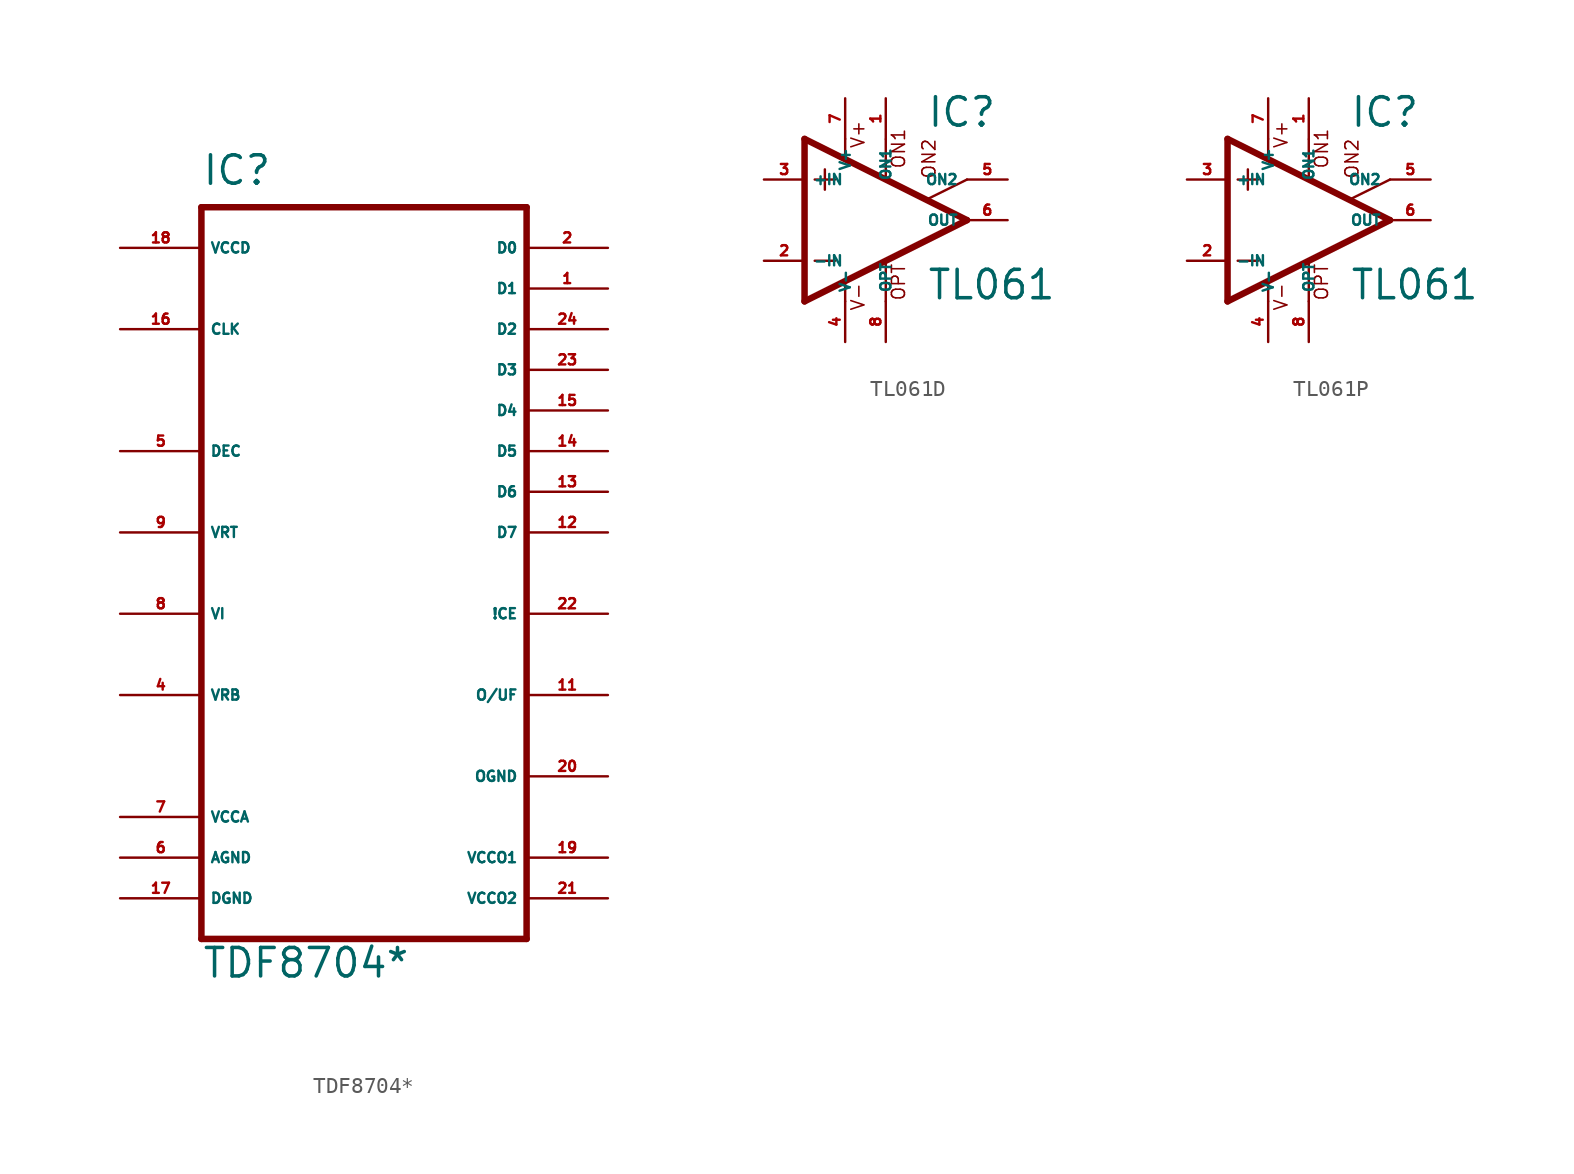
<source format=kicad_sym>
(kicad_symbol_lib
  (version 20220914)
  (generator Eagle2Kicad)
  (symbol "TDF8704*"
    (property "Reference" "IC"
      (at -10.16 21.59 0)
      (effects (font (size 1.778 1.778) (thickness 0.22)) (justify left bottom)))
    (property "Value" "TDF8704*"
      (at -10.16 -27.94 0)
      (effects (font (size 1.778 1.778) (thickness 0.22)) (justify left bottom)))
    (polyline
      (pts (xy -10.16 -25.4) (xy 10.16 -25.4))
      (stroke (width 0.406) (type default))
      (fill (type none)))
    (polyline
      (pts (xy 10.16 -25.4) (xy 10.16 20.32))
      (stroke (width 0.406) (type default))
      (fill (type none)))
    (polyline
      (pts (xy 10.16 20.32) (xy -10.16 20.32))
      (stroke (width 0.406) (type default))
      (fill (type none)))
    (polyline
      (pts (xy -10.16 20.32) (xy -10.16 -25.4))
      (stroke (width 0.406) (type default))
      (fill (type none)))
    (pin input line
      (at -15.24 -17.78 0)
      (length 5.08)
      (name "VCCA" (effects (font (size 0.635 0.635) (thickness 0.08)) (justify left bottom)))
      (number "7" (effects (font (size 0.635 0.635) (thickness 0.08)) (justify left bottom))))
    (pin output line
      (at 15.24 -10.16 180)
      (length 5.08)
      (name "O/UF" (effects (font (size 0.635 0.635) (thickness 0.08)) (justify left bottom)))
      (number "11" (effects (font (size 0.635 0.635) (thickness 0.08)) (justify left bottom))))
    (pin input line
      (at -15.24 -5.08 0)
      (length 5.08)
      (name "VI" (effects (font (size 0.635 0.635) (thickness 0.08)) (justify left bottom)))
      (number "8" (effects (font (size 0.635 0.635) (thickness 0.08)) (justify left bottom))))
    (pin input line
      (at -15.24 -10.16 0)
      (length 5.08)
      (name "VRB" (effects (font (size 0.635 0.635) (thickness 0.08)) (justify left bottom)))
      (number "4" (effects (font (size 0.635 0.635) (thickness 0.08)) (justify left bottom))))
    (pin input line
      (at -15.24 -20.32 0)
      (length 5.08)
      (name "AGND" (effects (font (size 0.635 0.635) (thickness 0.08)) (justify left bottom)))
      (number "6" (effects (font (size 0.635 0.635) (thickness 0.08)) (justify left bottom))))
    (pin input line
      (at -15.24 0 0)
      (length 5.08)
      (name "VRT" (effects (font (size 0.635 0.635) (thickness 0.08)) (justify left bottom)))
      (number "9" (effects (font (size 0.635 0.635) (thickness 0.08)) (justify left bottom))))
    (pin output line
      (at 15.24 0 180)
      (length 5.08)
      (name "D7" (effects (font (size 0.635 0.635) (thickness 0.08)) (justify left bottom)))
      (number "12" (effects (font (size 0.635 0.635) (thickness 0.08)) (justify left bottom))))
    (pin output line
      (at 15.24 2.54 180)
      (length 5.08)
      (name "D6" (effects (font (size 0.635 0.635) (thickness 0.08)) (justify left bottom)))
      (number "13" (effects (font (size 0.635 0.635) (thickness 0.08)) (justify left bottom))))
    (pin output line
      (at 15.24 5.08 180)
      (length 5.08)
      (name "D5" (effects (font (size 0.635 0.635) (thickness 0.08)) (justify left bottom)))
      (number "14" (effects (font (size 0.635 0.635) (thickness 0.08)) (justify left bottom))))
    (pin output line
      (at 15.24 7.62 180)
      (length 5.08)
      (name "D4" (effects (font (size 0.635 0.635) (thickness 0.08)) (justify left bottom)))
      (number "15" (effects (font (size 0.635 0.635) (thickness 0.08)) (justify left bottom))))
    (pin output line
      (at 15.24 10.16 180)
      (length 5.08)
      (name "D3" (effects (font (size 0.635 0.635) (thickness 0.08)) (justify left bottom)))
      (number "23" (effects (font (size 0.635 0.635) (thickness 0.08)) (justify left bottom))))
    (pin output line
      (at 15.24 12.7 180)
      (length 5.08)
      (name "D2" (effects (font (size 0.635 0.635) (thickness 0.08)) (justify left bottom)))
      (number "24" (effects (font (size 0.635 0.635) (thickness 0.08)) (justify left bottom))))
    (pin output line
      (at 15.24 15.24 180)
      (length 5.08)
      (name "D1" (effects (font (size 0.635 0.635) (thickness 0.08)) (justify left bottom)))
      (number "1" (effects (font (size 0.635 0.635) (thickness 0.08)) (justify left bottom))))
    (pin output line
      (at 15.24 17.78 180)
      (length 5.08)
      (name "D0" (effects (font (size 0.635 0.635) (thickness 0.08)) (justify left bottom)))
      (number "2" (effects (font (size 0.635 0.635) (thickness 0.08)) (justify left bottom))))
    (pin input line
      (at -15.24 5.08 0)
      (length 5.08)
      (name "DEC" (effects (font (size 0.635 0.635) (thickness 0.08)) (justify left bottom)))
      (number "5" (effects (font (size 0.635 0.635) (thickness 0.08)) (justify left bottom))))
    (pin input line
      (at 15.24 -5.08 180)
      (length 5.08)
      (name "!CE" (effects (font (size 0.635 0.635) (thickness 0.08)) (justify left bottom)))
      (number "22" (effects (font (size 0.635 0.635) (thickness 0.08)) (justify left bottom))))
    (pin input line
      (at 15.24 -20.32 180)
      (length 5.08)
      (name "VCCO1" (effects (font (size 0.635 0.635) (thickness 0.08)) (justify left bottom)))
      (number "19" (effects (font (size 0.635 0.635) (thickness 0.08)) (justify left bottom))))
    (pin input line
      (at 15.24 -22.86 180)
      (length 5.08)
      (name "VCCO2" (effects (font (size 0.635 0.635) (thickness 0.08)) (justify left bottom)))
      (number "21" (effects (font (size 0.635 0.635) (thickness 0.08)) (justify left bottom))))
    (pin input line
      (at 15.24 -15.24 180)
      (length 5.08)
      (name "OGND" (effects (font (size 0.635 0.635) (thickness 0.08)) (justify left bottom)))
      (number "20" (effects (font (size 0.635 0.635) (thickness 0.08)) (justify left bottom))))
    (pin input line
      (at -15.24 -22.86 0)
      (length 5.08)
      (name "DGND" (effects (font (size 0.635 0.635) (thickness 0.08)) (justify left bottom)))
      (number "17" (effects (font (size 0.635 0.635) (thickness 0.08)) (justify left bottom))))
    (pin input line
      (at -15.24 12.7 0)
      (length 5.08)
      (name "CLK" (effects (font (size 0.635 0.635) (thickness 0.08)) (justify left bottom)))
      (number "16" (effects (font (size 0.635 0.635) (thickness 0.08)) (justify left bottom))))
    (pin input line
      (at -15.24 17.78 0)
      (length 5.08)
      (name "VCCD" (effects (font (size 0.635 0.635) (thickness 0.08)) (justify left bottom)))
      (number "18" (effects (font (size 0.635 0.635) (thickness 0.08)) (justify left bottom)))))
  (symbol "TL061D"
    (property "Reference" "IC"
      (at 2.54 5.715 0)
      (effects (font (size 1.778 1.778) (thickness 0.22)) (justify left bottom)))
    (property "Value" "TL061"
      (at 2.54 -5.08 0)
      (effects (font (size 1.778 1.778) (thickness 0.22)) (justify left bottom)))
    (polyline
      (pts (xy -3.81 3.175) (xy -3.81 1.905))
      (stroke (width 0.152) (type default))
      (fill (type none)))
    (polyline
      (pts (xy -4.445 2.54) (xy -3.175 2.54))
      (stroke (width 0.152) (type default))
      (fill (type none)))
    (polyline
      (pts (xy -4.445 -2.54) (xy -3.175 -2.54))
      (stroke (width 0.152) (type default))
      (fill (type none)))
    (polyline
      (pts (xy -2.54 5.08) (xy -2.54 3.886))
      (stroke (width 0.152) (type default))
      (fill (type none)))
    (polyline
      (pts (xy 0 5.055) (xy 0 2.616))
      (stroke (width 0.152) (type default))
      (fill (type none)))
    (polyline
      (pts (xy 0 -2.616) (xy 0 -5.08))
      (stroke (width 0.152) (type default))
      (fill (type none)))
    (polyline
      (pts (xy -2.54 -3.912) (xy -2.54 -5.08))
      (stroke (width 0.152) (type default))
      (fill (type none)))
    (polyline
      (pts (xy 5.08 2.54) (xy 2.616 1.321))
      (stroke (width 0.152) (type default))
      (fill (type none)))
    (polyline
      (pts (xy 5.08 0) (xy -5.08 5.08))
      (stroke (width 0.406) (type default))
      (fill (type none)))
    (polyline
      (pts (xy -5.08 5.08) (xy -5.08 -5.08))
      (stroke (width 0.406) (type default))
      (fill (type none)))
    (polyline
      (pts (xy -5.08 -5.08) (xy 5.08 0))
      (stroke (width 0.406) (type default))
      (fill (type none)))
    (text "ON1"
      (at 1.27 3.175 900)
      (effects (font (size 0.813 0.813) (thickness 0.10)) (justify left bottom)))
    (text "ON2"
      (at 3.175 2.54 900)
      (effects (font (size 0.813 0.813) (thickness 0.10)) (justify left bottom)))
    (text "OPT"
      (at 1.27 -5.08 900)
      (effects (font (size 0.813 0.813) (thickness 0.10)) (justify left bottom)))
    (text "V+"
      (at -1.27 4.445 900)
      (effects (font (size 0.813 0.813) (thickness 0.10)) (justify left bottom)))
    (text "V-"
      (at -1.27 -5.715 900)
      (effects (font (size 0.813 0.813) (thickness 0.10)) (justify left bottom)))
    (pin passive line
      (at 7.62 2.54 180)
      (length 2.54)
      (name "ON2" (effects (font (size 0.635 0.635) (thickness 0.08)) (justify left bottom)))
      (number "5" (effects (font (size 0.635 0.635) (thickness 0.08)) (justify left bottom))))
    (pin passive line
      (at 0 7.62 270)
      (length 2.54)
      (name "ON1" (effects (font (size 0.635 0.635) (thickness 0.08)) (justify left bottom)))
      (number "1" (effects (font (size 0.635 0.635) (thickness 0.08)) (justify left bottom))))
    (pin input line
      (at -7.62 -2.54 0)
      (length 2.54)
      (name "-IN" (effects (font (size 0.635 0.635) (thickness 0.08)) (justify left bottom)))
      (number "2" (effects (font (size 0.635 0.635) (thickness 0.08)) (justify left bottom))))
    (pin input line
      (at -7.62 2.54 0)
      (length 2.54)
      (name "+IN" (effects (font (size 0.635 0.635) (thickness 0.08)) (justify left bottom)))
      (number "3" (effects (font (size 0.635 0.635) (thickness 0.08)) (justify left bottom))))
    (pin output line
      (at 7.62 0 180)
      (length 2.54)
      (name "OUT" (effects (font (size 0.635 0.635) (thickness 0.08)) (justify left bottom)))
      (number "6" (effects (font (size 0.635 0.635) (thickness 0.08)) (justify left bottom))))
    (pin passive line
      (at 0 -7.62 90)
      (length 2.54)
      (name "OPT" (effects (font (size 0.635 0.635) (thickness 0.08)) (justify left bottom)))
      (number "8" (effects (font (size 0.635 0.635) (thickness 0.08)) (justify left bottom))))
    (pin unspecified line
      (at -2.54 7.62 270)
      (length 2.54)
      (name "V+" (effects (font (size 0.635 0.635) (thickness 0.08)) (justify left bottom)))
      (number "7" (effects (font (size 0.635 0.635) (thickness 0.08)) (justify left bottom))))
    (pin unspecified line
      (at -2.54 -7.62 90)
      (length 2.54)
      (name "V-" (effects (font (size 0.635 0.635) (thickness 0.08)) (justify left bottom)))
      (number "4" (effects (font (size 0.635 0.635) (thickness 0.08)) (justify left bottom)))))
  (symbol "TL061P"
    (property "Reference" "IC"
      (at 2.54 5.715 0)
      (effects (font (size 1.778 1.778) (thickness 0.22)) (justify left bottom)))
    (property "Value" "TL061"
      (at 2.54 -5.08 0)
      (effects (font (size 1.778 1.778) (thickness 0.22)) (justify left bottom)))
    (polyline
      (pts (xy -3.81 3.175) (xy -3.81 1.905))
      (stroke (width 0.152) (type default))
      (fill (type none)))
    (polyline
      (pts (xy -4.445 2.54) (xy -3.175 2.54))
      (stroke (width 0.152) (type default))
      (fill (type none)))
    (polyline
      (pts (xy -4.445 -2.54) (xy -3.175 -2.54))
      (stroke (width 0.152) (type default))
      (fill (type none)))
    (polyline
      (pts (xy -2.54 5.08) (xy -2.54 3.886))
      (stroke (width 0.152) (type default))
      (fill (type none)))
    (polyline
      (pts (xy 0 5.055) (xy 0 2.616))
      (stroke (width 0.152) (type default))
      (fill (type none)))
    (polyline
      (pts (xy 0 -2.616) (xy 0 -5.08))
      (stroke (width 0.152) (type default))
      (fill (type none)))
    (polyline
      (pts (xy -2.54 -3.912) (xy -2.54 -5.08))
      (stroke (width 0.152) (type default))
      (fill (type none)))
    (polyline
      (pts (xy 5.08 2.54) (xy 2.616 1.321))
      (stroke (width 0.152) (type default))
      (fill (type none)))
    (polyline
      (pts (xy 5.08 0) (xy -5.08 5.08))
      (stroke (width 0.406) (type default))
      (fill (type none)))
    (polyline
      (pts (xy -5.08 5.08) (xy -5.08 -5.08))
      (stroke (width 0.406) (type default))
      (fill (type none)))
    (polyline
      (pts (xy -5.08 -5.08) (xy 5.08 0))
      (stroke (width 0.406) (type default))
      (fill (type none)))
    (text "ON1"
      (at 1.27 3.175 900)
      (effects (font (size 0.813 0.813) (thickness 0.10)) (justify left bottom)))
    (text "ON2"
      (at 3.175 2.54 900)
      (effects (font (size 0.813 0.813) (thickness 0.10)) (justify left bottom)))
    (text "OPT"
      (at 1.27 -5.08 900)
      (effects (font (size 0.813 0.813) (thickness 0.10)) (justify left bottom)))
    (text "V+"
      (at -1.27 4.445 900)
      (effects (font (size 0.813 0.813) (thickness 0.10)) (justify left bottom)))
    (text "V-"
      (at -1.27 -5.715 900)
      (effects (font (size 0.813 0.813) (thickness 0.10)) (justify left bottom)))
    (pin passive line
      (at 7.62 2.54 180)
      (length 2.54)
      (name "ON2" (effects (font (size 0.635 0.635) (thickness 0.08)) (justify left bottom)))
      (number "5" (effects (font (size 0.635 0.635) (thickness 0.08)) (justify left bottom))))
    (pin passive line
      (at 0 7.62 270)
      (length 2.54)
      (name "ON1" (effects (font (size 0.635 0.635) (thickness 0.08)) (justify left bottom)))
      (number "1" (effects (font (size 0.635 0.635) (thickness 0.08)) (justify left bottom))))
    (pin input line
      (at -7.62 -2.54 0)
      (length 2.54)
      (name "-IN" (effects (font (size 0.635 0.635) (thickness 0.08)) (justify left bottom)))
      (number "2" (effects (font (size 0.635 0.635) (thickness 0.08)) (justify left bottom))))
    (pin input line
      (at -7.62 2.54 0)
      (length 2.54)
      (name "+IN" (effects (font (size 0.635 0.635) (thickness 0.08)) (justify left bottom)))
      (number "3" (effects (font (size 0.635 0.635) (thickness 0.08)) (justify left bottom))))
    (pin output line
      (at 7.62 0 180)
      (length 2.54)
      (name "OUT" (effects (font (size 0.635 0.635) (thickness 0.08)) (justify left bottom)))
      (number "6" (effects (font (size 0.635 0.635) (thickness 0.08)) (justify left bottom))))
    (pin passive line
      (at 0 -7.62 90)
      (length 2.54)
      (name "OPT" (effects (font (size 0.635 0.635) (thickness 0.08)) (justify left bottom)))
      (number "8" (effects (font (size 0.635 0.635) (thickness 0.08)) (justify left bottom))))
    (pin unspecified line
      (at -2.54 7.62 270)
      (length 2.54)
      (name "V+" (effects (font (size 0.635 0.635) (thickness 0.08)) (justify left bottom)))
      (number "7" (effects (font (size 0.635 0.635) (thickness 0.08)) (justify left bottom))))
    (pin unspecified line
      (at -2.54 -7.62 90)
      (length 2.54)
      (name "V-" (effects (font (size 0.635 0.635) (thickness 0.08)) (justify left bottom)))
      (number "4" (effects (font (size 0.635 0.635) (thickness 0.08)) (justify left bottom))))))
</source>
